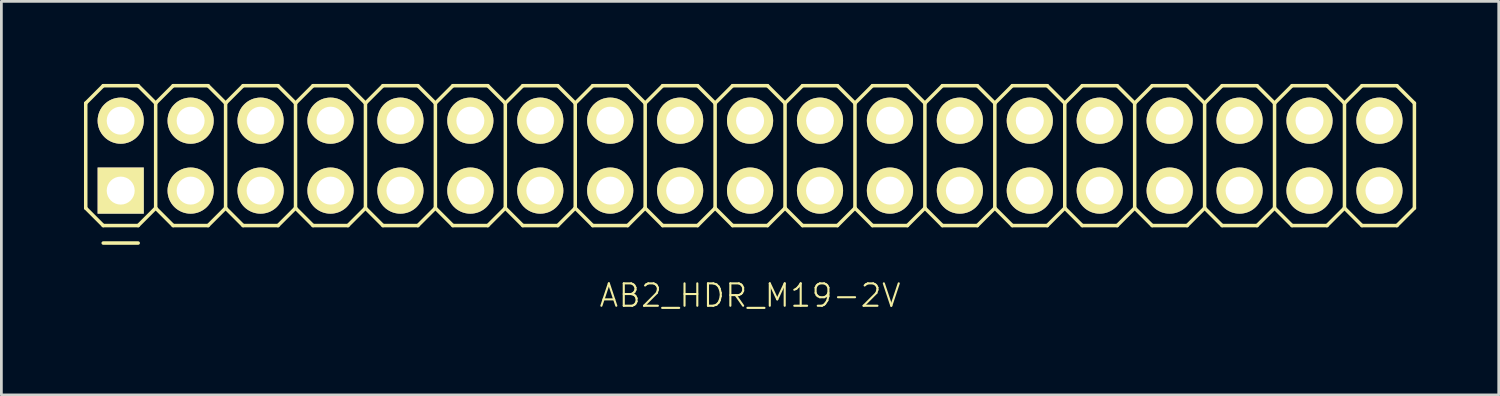
<source format=kicad_pcb>
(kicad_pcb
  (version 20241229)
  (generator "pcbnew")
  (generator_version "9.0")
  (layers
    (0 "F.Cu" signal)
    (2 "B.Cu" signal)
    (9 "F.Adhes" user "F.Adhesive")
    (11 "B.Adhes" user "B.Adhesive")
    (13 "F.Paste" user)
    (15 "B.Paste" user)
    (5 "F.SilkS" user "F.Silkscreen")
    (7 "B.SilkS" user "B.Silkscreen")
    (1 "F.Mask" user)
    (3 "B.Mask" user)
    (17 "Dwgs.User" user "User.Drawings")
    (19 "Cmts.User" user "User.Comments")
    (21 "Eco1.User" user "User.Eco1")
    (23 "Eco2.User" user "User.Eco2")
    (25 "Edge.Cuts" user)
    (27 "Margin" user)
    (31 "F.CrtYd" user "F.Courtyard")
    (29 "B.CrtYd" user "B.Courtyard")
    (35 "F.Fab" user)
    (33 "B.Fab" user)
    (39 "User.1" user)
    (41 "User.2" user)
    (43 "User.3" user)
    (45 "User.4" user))
  (footprint "AB2_HDR_M19-2V"
    (layer "F.Cu")
    (at 24.194 2.603)
    (property "Reference" "AB2_HDR_M19-2V" (at 0 5.08 0) (layer "F.SilkS") (effects (font (size 0.813 0.813) (thickness 0.076))))
    (attr through_hole)
    (fp_line (start -24.13 -1.905) (end -23.495 -2.54) (stroke (width 0.127) (type solid)) (layer "F.SilkS"))
    (fp_line (start -24.13 1.905) (end -24.13 -1.905) (stroke (width 0.127) (type solid)) (layer "F.SilkS"))
    (fp_line (start -23.495 -2.54) (end -22.225 -2.54) (stroke (width 0.127) (type solid)) (layer "F.SilkS"))
    (fp_line (start -23.495 2.54) (end -24.13 1.905) (stroke (width 0.127) (type solid)) (layer "F.SilkS"))
    (fp_line (start -23.495 3.175) (end -22.225 3.175) (stroke (width 0.127) (type solid)) (layer "F.SilkS"))
    (fp_line (start -22.225 -2.54) (end -21.59 -1.905) (stroke (width 0.127) (type solid)) (layer "F.SilkS"))
    (fp_line (start -22.225 2.54) (end -23.495 2.54) (stroke (width 0.127) (type solid)) (layer "F.SilkS"))
    (fp_line (start -21.59 -1.905) (end -21.59 1.905) (stroke (width 0.127) (type solid)) (layer "F.SilkS"))
    (fp_line (start -21.59 -1.905) (end -20.955 -2.54) (stroke (width 0.127) (type solid)) (layer "F.SilkS"))
    (fp_line (start -21.59 1.905) (end -22.225 2.54) (stroke (width 0.127) (type solid)) (layer "F.SilkS"))
    (fp_line (start -20.955 -2.54) (end -19.685 -2.54) (stroke (width 0.127) (type solid)) (layer "F.SilkS"))
    (fp_line (start -20.955 2.54) (end -21.59 1.905) (stroke (width 0.127) (type solid)) (layer "F.SilkS"))
    (fp_line (start -19.685 -2.54) (end -19.05 -1.905) (stroke (width 0.127) (type solid)) (layer "F.SilkS"))
    (fp_line (start -19.685 2.54) (end -20.955 2.54) (stroke (width 0.127) (type solid)) (layer "F.SilkS"))
    (fp_line (start -19.05 -1.905) (end -19.05 1.905) (stroke (width 0.127) (type solid)) (layer "F.SilkS"))
    (fp_line (start -19.05 -1.905) (end -18.415 -2.54) (stroke (width 0.127) (type solid)) (layer "F.SilkS"))
    (fp_line (start -19.05 1.905) (end -19.685 2.54) (stroke (width 0.127) (type solid)) (layer "F.SilkS"))
    (fp_line (start -18.415 -2.54) (end -17.145 -2.54) (stroke (width 0.127) (type solid)) (layer "F.SilkS"))
    (fp_line (start -18.415 2.54) (end -19.05 1.905) (stroke (width 0.127) (type solid)) (layer "F.SilkS"))
    (fp_line (start -17.145 -2.54) (end -16.51 -1.905) (stroke (width 0.127) (type solid)) (layer "F.SilkS"))
    (fp_line (start -17.145 2.54) (end -18.415 2.54) (stroke (width 0.127) (type solid)) (layer "F.SilkS"))
    (fp_line (start -16.51 -1.905) (end -16.51 1.905) (stroke (width 0.127) (type solid)) (layer "F.SilkS"))
    (fp_line (start -16.51 -1.905) (end -15.875 -2.54) (stroke (width 0.127) (type solid)) (layer "F.SilkS"))
    (fp_line (start -16.51 1.905) (end -17.145 2.54) (stroke (width 0.127) (type solid)) (layer "F.SilkS"))
    (fp_line (start -15.875 -2.54) (end -14.605 -2.54) (stroke (width 0.127) (type solid)) (layer "F.SilkS"))
    (fp_line (start -15.875 2.54) (end -16.51 1.905) (stroke (width 0.127) (type solid)) (layer "F.SilkS"))
    (fp_line (start -14.605 -2.54) (end -13.97 -1.905) (stroke (width 0.127) (type solid)) (layer "F.SilkS"))
    (fp_line (start -14.605 2.54) (end -15.875 2.54) (stroke (width 0.127) (type solid)) (layer "F.SilkS"))
    (fp_line (start -13.97 -1.905) (end -13.97 1.905) (stroke (width 0.127) (type solid)) (layer "F.SilkS"))
    (fp_line (start -13.97 -1.905) (end -13.335 -2.54) (stroke (width 0.127) (type solid)) (layer "F.SilkS"))
    (fp_line (start -13.97 1.905) (end -14.605 2.54) (stroke (width 0.127) (type solid)) (layer "F.SilkS"))
    (fp_line (start -13.335 -2.54) (end -12.065 -2.54) (stroke (width 0.127) (type solid)) (layer "F.SilkS"))
    (fp_line (start -13.335 2.54) (end -13.97 1.905) (stroke (width 0.127) (type solid)) (layer "F.SilkS"))
    (fp_line (start -12.065 -2.54) (end -11.43 -1.905) (stroke (width 0.127) (type solid)) (layer "F.SilkS"))
    (fp_line (start -12.065 2.54) (end -13.335 2.54) (stroke (width 0.127) (type solid)) (layer "F.SilkS"))
    (fp_line (start -11.43 -1.905) (end -11.43 1.905) (stroke (width 0.127) (type solid)) (layer "F.SilkS"))
    (fp_line (start -11.43 -1.905) (end -10.795 -2.54) (stroke (width 0.127) (type solid)) (layer "F.SilkS"))
    (fp_line (start -11.43 1.905) (end -12.065 2.54) (stroke (width 0.127) (type solid)) (layer "F.SilkS"))
    (fp_line (start -10.795 -2.54) (end -9.525 -2.54) (stroke (width 0.127) (type solid)) (layer "F.SilkS"))
    (fp_line (start -10.795 2.54) (end -11.43 1.905) (stroke (width 0.127) (type solid)) (layer "F.SilkS"))
    (fp_line (start -9.525 -2.54) (end -8.89 -1.905) (stroke (width 0.127) (type solid)) (layer "F.SilkS"))
    (fp_line (start -9.525 2.54) (end -10.795 2.54) (stroke (width 0.127) (type solid)) (layer "F.SilkS"))
    (fp_line (start -8.89 -1.905) (end -8.89 1.905) (stroke (width 0.127) (type solid)) (layer "F.SilkS"))
    (fp_line (start -8.89 -1.905) (end -8.255 -2.54) (stroke (width 0.127) (type solid)) (layer "F.SilkS"))
    (fp_line (start -8.89 1.905) (end -9.525 2.54) (stroke (width 0.127) (type solid)) (layer "F.SilkS"))
    (fp_line (start -8.255 -2.54) (end -6.985 -2.54) (stroke (width 0.127) (type solid)) (layer "F.SilkS"))
    (fp_line (start -8.255 2.54) (end -8.89 1.905) (stroke (width 0.127) (type solid)) (layer "F.SilkS"))
    (fp_line (start -6.985 -2.54) (end -6.35 -1.905) (stroke (width 0.127) (type solid)) (layer "F.SilkS"))
    (fp_line (start -6.985 2.54) (end -8.255 2.54) (stroke (width 0.127) (type solid)) (layer "F.SilkS"))
    (fp_line (start -6.35 -1.905) (end -6.35 1.905) (stroke (width 0.127) (type solid)) (layer "F.SilkS"))
    (fp_line (start -6.35 -1.905) (end -5.715 -2.54) (stroke (width 0.127) (type solid)) (layer "F.SilkS"))
    (fp_line (start -6.35 1.905) (end -6.985 2.54) (stroke (width 0.127) (type solid)) (layer "F.SilkS"))
    (fp_line (start -5.715 -2.54) (end -4.445 -2.54) (stroke (width 0.127) (type solid)) (layer "F.SilkS"))
    (fp_line (start -5.715 2.54) (end -6.35 1.905) (stroke (width 0.127) (type solid)) (layer "F.SilkS"))
    (fp_line (start -4.445 -2.54) (end -3.81 -1.905) (stroke (width 0.127) (type solid)) (layer "F.SilkS"))
    (fp_line (start -4.445 2.54) (end -5.715 2.54) (stroke (width 0.127) (type solid)) (layer "F.SilkS"))
    (fp_line (start -3.81 -1.905) (end -3.81 1.905) (stroke (width 0.127) (type solid)) (layer "F.SilkS"))
    (fp_line (start -3.81 -1.905) (end -3.175 -2.54) (stroke (width 0.127) (type solid)) (layer "F.SilkS"))
    (fp_line (start -3.81 1.905) (end -4.445 2.54) (stroke (width 0.127) (type solid)) (layer "F.SilkS"))
    (fp_line (start -3.175 -2.54) (end -1.905 -2.54) (stroke (width 0.127) (type solid)) (layer "F.SilkS"))
    (fp_line (start -3.175 2.54) (end -3.81 1.905) (stroke (width 0.127) (type solid)) (layer "F.SilkS"))
    (fp_line (start -1.905 -2.54) (end -1.27 -1.905) (stroke (width 0.127) (type solid)) (layer "F.SilkS"))
    (fp_line (start -1.905 2.54) (end -3.175 2.54) (stroke (width 0.127) (type solid)) (layer "F.SilkS"))
    (fp_line (start -1.27 -1.905) (end -1.27 1.905) (stroke (width 0.127) (type solid)) (layer "F.SilkS"))
    (fp_line (start -1.27 -1.905) (end -0.635 -2.54) (stroke (width 0.127) (type solid)) (layer "F.SilkS"))
    (fp_line (start -1.27 1.905) (end -1.905 2.54) (stroke (width 0.127) (type solid)) (layer "F.SilkS"))
    (fp_line (start -0.635 -2.54) (end 0.635 -2.54) (stroke (width 0.127) (type solid)) (layer "F.SilkS"))
    (fp_line (start -0.635 2.54) (end -1.27 1.905) (stroke (width 0.127) (type solid)) (layer "F.SilkS"))
    (fp_line (start 0.635 -2.54) (end 1.27 -1.905) (stroke (width 0.127) (type solid)) (layer "F.SilkS"))
    (fp_line (start 0.635 2.54) (end -0.635 2.54) (stroke (width 0.127) (type solid)) (layer "F.SilkS"))
    (fp_line (start 1.27 -1.905) (end 1.27 1.905) (stroke (width 0.127) (type solid)) (layer "F.SilkS"))
    (fp_line (start 1.27 -1.905) (end 1.905 -2.54) (stroke (width 0.127) (type solid)) (layer "F.SilkS"))
    (fp_line (start 1.27 1.905) (end 0.635 2.54) (stroke (width 0.127) (type solid)) (layer "F.SilkS"))
    (fp_line (start 1.905 -2.54) (end 3.175 -2.54) (stroke (width 0.127) (type solid)) (layer "F.SilkS"))
    (fp_line (start 1.905 2.54) (end 1.27 1.905) (stroke (width 0.127) (type solid)) (layer "F.SilkS"))
    (fp_line (start 3.175 -2.54) (end 3.81 -1.905) (stroke (width 0.127) (type solid)) (layer "F.SilkS"))
    (fp_line (start 3.175 2.54) (end 1.905 2.54) (stroke (width 0.127) (type solid)) (layer "F.SilkS"))
    (fp_line (start 3.81 -1.905) (end 3.81 1.905) (stroke (width 0.127) (type solid)) (layer "F.SilkS"))
    (fp_line (start 3.81 -1.905) (end 4.445 -2.54) (stroke (width 0.127) (type solid)) (layer "F.SilkS"))
    (fp_line (start 3.81 1.905) (end 3.175 2.54) (stroke (width 0.127) (type solid)) (layer "F.SilkS"))
    (fp_line (start 4.445 -2.54) (end 5.715 -2.54) (stroke (width 0.127) (type solid)) (layer "F.SilkS"))
    (fp_line (start 4.445 2.54) (end 3.81 1.905) (stroke (width 0.127) (type solid)) (layer "F.SilkS"))
    (fp_line (start 5.715 -2.54) (end 6.35 -1.905) (stroke (width 0.127) (type solid)) (layer "F.SilkS"))
    (fp_line (start 5.715 2.54) (end 4.445 2.54) (stroke (width 0.127) (type solid)) (layer "F.SilkS"))
    (fp_line (start 6.35 -1.905) (end 6.35 1.905) (stroke (width 0.127) (type solid)) (layer "F.SilkS"))
    (fp_line (start 6.35 -1.905) (end 6.985 -2.54) (stroke (width 0.127) (type solid)) (layer "F.SilkS"))
    (fp_line (start 6.35 1.905) (end 5.715 2.54) (stroke (width 0.127) (type solid)) (layer "F.SilkS"))
    (fp_line (start 6.985 -2.54) (end 8.255 -2.54) (stroke (width 0.127) (type solid)) (layer "F.SilkS"))
    (fp_line (start 6.985 2.54) (end 6.35 1.905) (stroke (width 0.127) (type solid)) (layer "F.SilkS"))
    (fp_line (start 8.255 -2.54) (end 8.89 -1.905) (stroke (width 0.127) (type solid)) (layer "F.SilkS"))
    (fp_line (start 8.255 2.54) (end 6.985 2.54) (stroke (width 0.127) (type solid)) (layer "F.SilkS"))
    (fp_line (start 8.89 -1.905) (end 8.89 1.905) (stroke (width 0.127) (type solid)) (layer "F.SilkS"))
    (fp_line (start 8.89 -1.905) (end 9.525 -2.54) (stroke (width 0.127) (type solid)) (layer "F.SilkS"))
    (fp_line (start 8.89 1.905) (end 8.255 2.54) (stroke (width 0.127) (type solid)) (layer "F.SilkS"))
    (fp_line (start 9.525 -2.54) (end 10.795 -2.54) (stroke (width 0.127) (type solid)) (layer "F.SilkS"))
    (fp_line (start 9.525 2.54) (end 8.89 1.905) (stroke (width 0.127) (type solid)) (layer "F.SilkS"))
    (fp_line (start 10.795 -2.54) (end 11.43 -1.905) (stroke (width 0.127) (type solid)) (layer "F.SilkS"))
    (fp_line (start 10.795 2.54) (end 9.525 2.54) (stroke (width 0.127) (type solid)) (layer "F.SilkS"))
    (fp_line (start 11.43 -1.905) (end 11.43 1.905) (stroke (width 0.127) (type solid)) (layer "F.SilkS"))
    (fp_line (start 11.43 -1.905) (end 12.065 -2.54) (stroke (width 0.127) (type solid)) (layer "F.SilkS"))
    (fp_line (start 11.43 1.905) (end 10.795 2.54) (stroke (width 0.127) (type solid)) (layer "F.SilkS"))
    (fp_line (start 12.065 -2.54) (end 13.335 -2.54) (stroke (width 0.127) (type solid)) (layer "F.SilkS"))
    (fp_line (start 12.065 2.54) (end 11.43 1.905) (stroke (width 0.127) (type solid)) (layer "F.SilkS"))
    (fp_line (start 13.335 -2.54) (end 13.97 -1.905) (stroke (width 0.127) (type solid)) (layer "F.SilkS"))
    (fp_line (start 13.335 2.54) (end 12.065 2.54) (stroke (width 0.127) (type solid)) (layer "F.SilkS"))
    (fp_line (start 13.97 -1.905) (end 13.97 1.905) (stroke (width 0.127) (type solid)) (layer "F.SilkS"))
    (fp_line (start 13.97 -1.905) (end 14.605 -2.54) (stroke (width 0.127) (type solid)) (layer "F.SilkS"))
    (fp_line (start 13.97 1.905) (end 13.335 2.54) (stroke (width 0.127) (type solid)) (layer "F.SilkS"))
    (fp_line (start 14.605 -2.54) (end 15.875 -2.54) (stroke (width 0.127) (type solid)) (layer "F.SilkS"))
    (fp_line (start 14.605 2.54) (end 13.97 1.905) (stroke (width 0.127) (type solid)) (layer "F.SilkS"))
    (fp_line (start 15.875 -2.54) (end 16.51 -1.905) (stroke (width 0.127) (type solid)) (layer "F.SilkS"))
    (fp_line (start 15.875 2.54) (end 14.605 2.54) (stroke (width 0.127) (type solid)) (layer "F.SilkS"))
    (fp_line (start 16.51 -1.905) (end 16.51 1.905) (stroke (width 0.127) (type solid)) (layer "F.SilkS"))
    (fp_line (start 16.51 -1.905) (end 17.145 -2.54) (stroke (width 0.127) (type solid)) (layer "F.SilkS"))
    (fp_line (start 16.51 1.905) (end 15.875 2.54) (stroke (width 0.127) (type solid)) (layer "F.SilkS"))
    (fp_line (start 17.145 -2.54) (end 18.415 -2.54) (stroke (width 0.127) (type solid)) (layer "F.SilkS"))
    (fp_line (start 17.145 2.54) (end 16.51 1.905) (stroke (width 0.127) (type solid)) (layer "F.SilkS"))
    (fp_line (start 18.415 -2.54) (end 19.05 -1.905) (stroke (width 0.127) (type solid)) (layer "F.SilkS"))
    (fp_line (start 18.415 2.54) (end 17.145 2.54) (stroke (width 0.127) (type solid)) (layer "F.SilkS"))
    (fp_line (start 19.05 -1.905) (end 19.05 1.905) (stroke (width 0.127) (type solid)) (layer "F.SilkS"))
    (fp_line (start 19.05 -1.905) (end 19.685 -2.54) (stroke (width 0.127) (type solid)) (layer "F.SilkS"))
    (fp_line (start 19.05 1.905) (end 18.415 2.54) (stroke (width 0.127) (type solid)) (layer "F.SilkS"))
    (fp_line (start 19.685 -2.54) (end 20.955 -2.54) (stroke (width 0.127) (type solid)) (layer "F.SilkS"))
    (fp_line (start 19.685 2.54) (end 19.05 1.905) (stroke (width 0.127) (type solid)) (layer "F.SilkS"))
    (fp_line (start 20.955 -2.54) (end 21.59 -1.905) (stroke (width 0.127) (type solid)) (layer "F.SilkS"))
    (fp_line (start 20.955 2.54) (end 19.685 2.54) (stroke (width 0.127) (type solid)) (layer "F.SilkS"))
    (fp_line (start 21.59 -1.905) (end 21.59 1.905) (stroke (width 0.127) (type solid)) (layer "F.SilkS"))
    (fp_line (start 21.59 -1.905) (end 22.225 -2.54) (stroke (width 0.127) (type solid)) (layer "F.SilkS"))
    (fp_line (start 21.59 1.905) (end 20.955 2.54) (stroke (width 0.127) (type solid)) (layer "F.SilkS"))
    (fp_line (start 22.225 -2.54) (end 23.495 -2.54) (stroke (width 0.127) (type solid)) (layer "F.SilkS"))
    (fp_line (start 22.225 2.54) (end 21.59 1.905) (stroke (width 0.127) (type solid)) (layer "F.SilkS"))
    (fp_line (start 23.495 -2.54) (end 24.13 -1.905) (stroke (width 0.127) (type solid)) (layer "F.SilkS"))
    (fp_line (start 23.495 2.54) (end 22.225 2.54) (stroke (width 0.127) (type solid)) (layer "F.SilkS"))
    (fp_line (start 24.13 -1.905) (end 24.13 1.905) (stroke (width 0.127) (type solid)) (layer "F.SilkS"))
    (fp_line (start 24.13 1.905) (end 23.495 2.54) (stroke (width 0.127) (type solid)) (layer "F.SilkS"))
    (pad "1" thru_hole rect (at -22.86 1.27) (size 1.676 1.676) (drill 1.016) (layers "*.Cu" "*.Mask" "F.SilkS"))
    (pad "2" thru_hole circle (at -22.86 -1.27) (size 1.676 1.676) (drill 1.016) (layers "*.Cu" "*.Mask" "F.SilkS"))
    (pad "3" thru_hole circle (at -20.32 1.27) (size 1.676 1.676) (drill 1.016) (layers "*.Cu" "*.Mask" "F.SilkS"))
    (pad "4" thru_hole circle (at -20.32 -1.27) (size 1.676 1.676) (drill 1.016) (layers "*.Cu" "*.Mask" "F.SilkS"))
    (pad "5" thru_hole circle (at -17.78 1.27) (size 1.676 1.676) (drill 1.016) (layers "*.Cu" "*.Mask" "F.SilkS"))
    (pad "6" thru_hole circle (at -17.78 -1.27) (size 1.676 1.676) (drill 1.016) (layers "*.Cu" "*.Mask" "F.SilkS"))
    (pad "7" thru_hole circle (at -15.24 1.27) (size 1.676 1.676) (drill 1.016) (layers "*.Cu" "*.Mask" "F.SilkS"))
    (pad "8" thru_hole circle (at -15.24 -1.27) (size 1.676 1.676) (drill 1.016) (layers "*.Cu" "*.Mask" "F.SilkS"))
    (pad "9" thru_hole circle (at -12.7 1.27) (size 1.676 1.676) (drill 1.016) (layers "*.Cu" "*.Mask" "F.SilkS"))
    (pad "10" thru_hole circle (at -12.7 -1.27) (size 1.676 1.676) (drill 1.016) (layers "*.Cu" "*.Mask" "F.SilkS"))
    (pad "11" thru_hole circle (at -10.16 1.27) (size 1.676 1.676) (drill 1.016) (layers "*.Cu" "*.Mask" "F.SilkS"))
    (pad "12" thru_hole circle (at -10.16 -1.27) (size 1.676 1.676) (drill 1.016) (layers "*.Cu" "*.Mask" "F.SilkS"))
    (pad "13" thru_hole circle (at -7.62 1.27) (size 1.676 1.676) (drill 1.016) (layers "*.Cu" "*.Mask" "F.SilkS"))
    (pad "14" thru_hole circle (at -7.62 -1.27) (size 1.676 1.676) (drill 1.016) (layers "*.Cu" "*.Mask" "F.SilkS"))
    (pad "15" thru_hole circle (at -5.08 1.27) (size 1.676 1.676) (drill 1.016) (layers "*.Cu" "*.Mask" "F.SilkS"))
    (pad "16" thru_hole circle (at -5.08 -1.27) (size 1.676 1.676) (drill 1.016) (layers "*.Cu" "*.Mask" "F.SilkS"))
    (pad "17" thru_hole circle (at -2.54 1.27) (size 1.676 1.676) (drill 1.016) (layers "*.Cu" "*.Mask" "F.SilkS"))
    (pad "18" thru_hole circle (at -2.54 -1.27) (size 1.676 1.676) (drill 1.016) (layers "*.Cu" "*.Mask" "F.SilkS"))
    (pad "19" thru_hole circle (at 0 1.27) (size 1.676 1.676) (drill 1.016) (layers "*.Cu" "*.Mask" "F.SilkS"))
    (pad "20" thru_hole circle (at 0 -1.27) (size 1.676 1.676) (drill 1.016) (layers "*.Cu" "*.Mask" "F.SilkS"))
    (pad "21" thru_hole circle (at 2.54 1.27) (size 1.676 1.676) (drill 1.016) (layers "*.Cu" "*.Mask" "F.SilkS"))
    (pad "22" thru_hole circle (at 2.54 -1.27) (size 1.676 1.676) (drill 1.016) (layers "*.Cu" "*.Mask" "F.SilkS"))
    (pad "23" thru_hole circle (at 5.08 1.27) (size 1.676 1.676) (drill 1.016) (layers "*.Cu" "*.Mask" "F.SilkS"))
    (pad "24" thru_hole circle (at 5.08 -1.27) (size 1.676 1.676) (drill 1.016) (layers "*.Cu" "*.Mask" "F.SilkS"))
    (pad "25" thru_hole circle (at 7.62 1.27) (size 1.676 1.676) (drill 1.016) (layers "*.Cu" "*.Mask" "F.SilkS"))
    (pad "26" thru_hole circle (at 7.62 -1.27) (size 1.676 1.676) (drill 1.016) (layers "*.Cu" "*.Mask" "F.SilkS"))
    (pad "27" thru_hole circle (at 10.16 1.27) (size 1.676 1.676) (drill 1.016) (layers "*.Cu" "*.Mask" "F.SilkS"))
    (pad "28" thru_hole circle (at 10.16 -1.27) (size 1.676 1.676) (drill 1.016) (layers "*.Cu" "*.Mask" "F.SilkS"))
    (pad "29" thru_hole circle (at 12.7 1.27) (size 1.676 1.676) (drill 1.016) (layers "*.Cu" "*.Mask" "F.SilkS"))
    (pad "30" thru_hole circle (at 12.7 -1.27) (size 1.676 1.676) (drill 1.016) (layers "*.Cu" "*.Mask" "F.SilkS"))
    (pad "31" thru_hole circle (at 15.24 1.27) (size 1.676 1.676) (drill 1.016) (layers "*.Cu" "*.Mask" "F.SilkS"))
    (pad "32" thru_hole circle (at 15.24 -1.27) (size 1.676 1.676) (drill 1.016) (layers "*.Cu" "*.Mask" "F.SilkS"))
    (pad "33" thru_hole circle (at 17.78 1.27) (size 1.676 1.676) (drill 1.016) (layers "*.Cu" "*.Mask" "F.SilkS"))
    (pad "34" thru_hole circle (at 17.78 -1.27) (size 1.676 1.676) (drill 1.016) (layers "*.Cu" "*.Mask" "F.SilkS"))
    (pad "35" thru_hole circle (at 20.32 1.27) (size 1.676 1.676) (drill 1.016) (layers "*.Cu" "*.Mask" "F.SilkS"))
    (pad "36" thru_hole circle (at 20.32 -1.27) (size 1.676 1.676) (drill 1.016) (layers "*.Cu" "*.Mask" "F.SilkS"))
    (pad "37" thru_hole circle (at 22.86 1.27) (size 1.676 1.676) (drill 1.016) (layers "*.Cu" "*.Mask" "F.SilkS"))
    (pad "38" thru_hole circle (at 22.86 -1.27) (size 1.676 1.676) (drill 1.016) (layers "*.Cu" "*.Mask" "F.SilkS")))
  (gr_rect
    (start -3 -3)
    (end 51.387 11.293)
    (stroke (width 0.1) (type default))
    (fill no)
    (layer "Edge.Cuts")))
</source>
